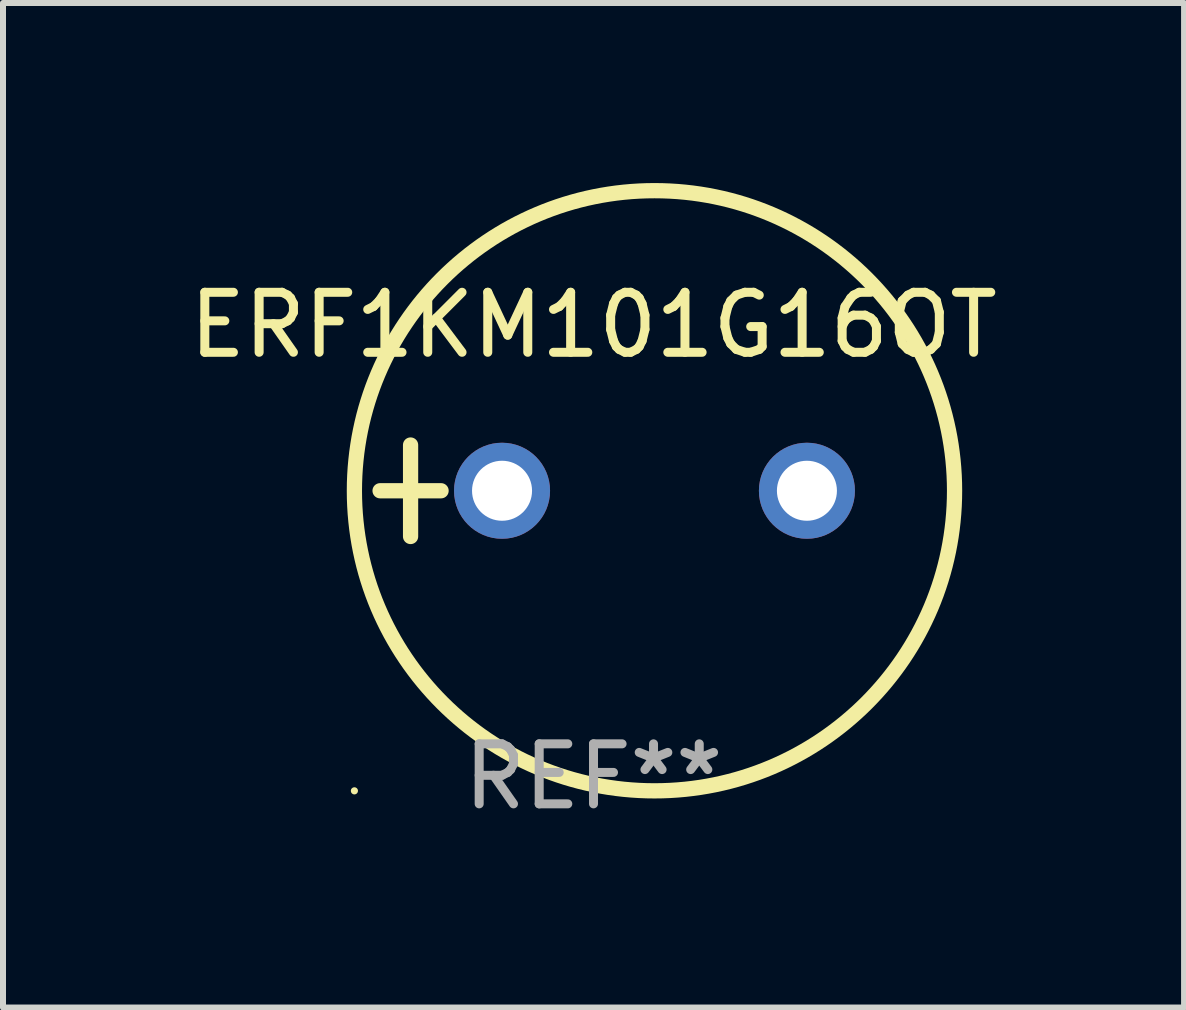
<source format=kicad_pcb>
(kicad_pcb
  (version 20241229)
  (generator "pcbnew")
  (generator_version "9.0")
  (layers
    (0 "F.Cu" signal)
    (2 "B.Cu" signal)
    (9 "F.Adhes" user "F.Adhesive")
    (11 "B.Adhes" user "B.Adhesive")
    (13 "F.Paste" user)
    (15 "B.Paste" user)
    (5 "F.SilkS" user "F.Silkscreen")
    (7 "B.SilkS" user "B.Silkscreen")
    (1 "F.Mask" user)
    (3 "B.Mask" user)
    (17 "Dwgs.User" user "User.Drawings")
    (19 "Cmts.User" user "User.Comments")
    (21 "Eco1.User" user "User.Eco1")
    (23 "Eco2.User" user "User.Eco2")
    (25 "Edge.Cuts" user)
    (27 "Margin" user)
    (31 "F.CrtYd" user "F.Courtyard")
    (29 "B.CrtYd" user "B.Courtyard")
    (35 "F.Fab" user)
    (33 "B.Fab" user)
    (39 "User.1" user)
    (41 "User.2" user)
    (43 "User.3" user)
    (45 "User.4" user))
  (footprint "ERF1KM101G16OT"
    (layer "F.Cu")
    (at 6.839 5.127)
    (property "Reference" "ERF1KM101G16OT" (at 0 -2.762 0) (layer "F.SilkS") (effects (font (size 1 1) (thickness 0.15))))
    (attr through_hole)
    (fp_line (start -3.556 0) (end -2.54 0) (stroke (width 0.254) (type solid)) (layer "F.SilkS"))
    (fp_line (start -3.048 -0.762) (end -3.048 0.762) (stroke (width 0.254) (type solid)) (layer "F.SilkS"))
    (fp_circle (center -3.984 5) (end -3.954 5) (stroke (width 0.06) (type solid)) (fill no) (layer "F.SilkS"))
    (fp_circle (center 1.016 0) (end 6.016 0) (stroke (width 0.254) (type solid)) (fill no) (layer "F.SilkS"))
    (fp_text user "REF**" (at 0 4.762 0) (layer "F.Fab") (effects (font (size 1 1) (thickness 0.15))))
    (pad "1" thru_hole circle (at -1.524 0) (size 1.6 1.6) (drill 1) (layers "*.Cu" "*.Mask"))
    (pad "2" thru_hole circle (at 3.556 0) (size 1.6 1.6) (drill 1) (layers "*.Cu" "*.Mask")))
  (gr_rect
    (start -3 -3)
    (end 16.679 13.737)
    (stroke (width 0.1) (type default))
    (fill no)
    (layer "Edge.Cuts")))
</source>
